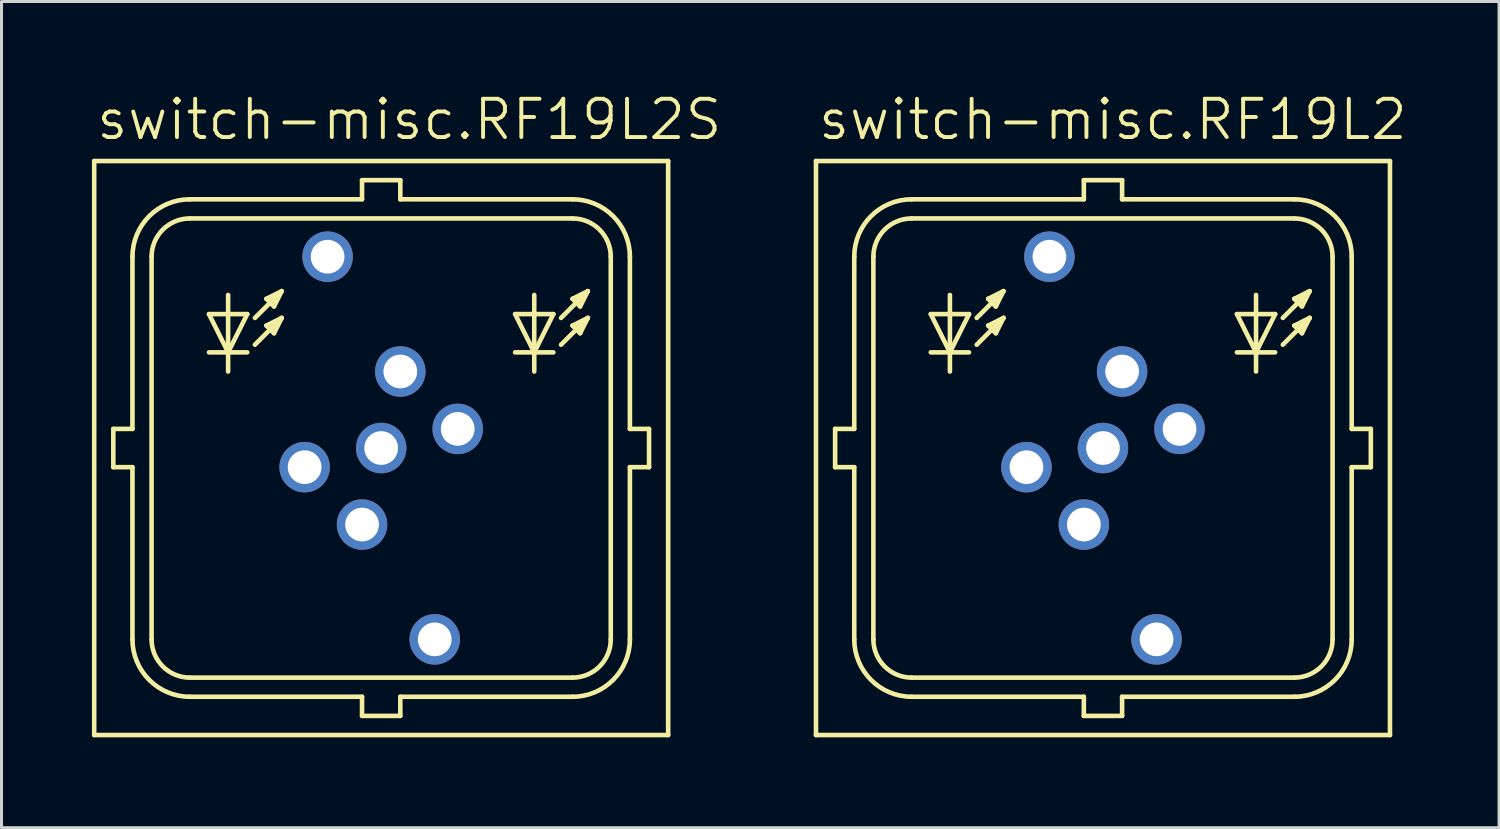
<source format=kicad_pcb>
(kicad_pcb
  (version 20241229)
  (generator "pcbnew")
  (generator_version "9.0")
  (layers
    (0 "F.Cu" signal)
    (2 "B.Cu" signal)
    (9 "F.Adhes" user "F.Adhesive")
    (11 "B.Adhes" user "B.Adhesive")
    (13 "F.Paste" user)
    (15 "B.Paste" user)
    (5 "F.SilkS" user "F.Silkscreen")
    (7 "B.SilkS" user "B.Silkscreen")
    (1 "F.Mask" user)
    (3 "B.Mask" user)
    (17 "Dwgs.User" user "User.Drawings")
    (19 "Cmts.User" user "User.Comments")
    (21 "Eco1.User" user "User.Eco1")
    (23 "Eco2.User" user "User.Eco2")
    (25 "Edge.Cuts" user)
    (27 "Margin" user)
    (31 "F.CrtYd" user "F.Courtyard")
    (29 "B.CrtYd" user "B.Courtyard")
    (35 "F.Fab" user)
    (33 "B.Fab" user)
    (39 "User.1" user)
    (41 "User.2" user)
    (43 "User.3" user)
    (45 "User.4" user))
  (footprint "switch-misc.RF19L2S"
    (layer "F.Cu")
    (at 9.601 11.82)
    (property "Reference" "switch-misc.RF19L2S" (at -9.525 -10.16 0) (layer "F.SilkS") (effects (font (size 1.27 1.27) (thickness 0.13)) (justify left bottom)))
    (attr through_hole)
    (fp_line (start -9.525 -9.525) (end -9.525 9.525) (stroke (width 0.152) (type default)) (layer "F.SilkS"))
    (fp_line (start -9.525 9.525) (end 9.525 9.525) (stroke (width 0.152) (type default)) (layer "F.SilkS"))
    (fp_line (start -8.89 -0.635) (end -8.89 0.635) (stroke (width 0.152) (type default)) (layer "F.SilkS"))
    (fp_line (start -8.89 0.635) (end -8.255 0.635) (stroke (width 0.152) (type default)) (layer "F.SilkS"))
    (fp_line (start -8.255 -6.35) (end -8.255 -0.635) (stroke (width 0.152) (type default)) (layer "F.SilkS"))
    (fp_line (start -8.255 -0.635) (end -8.89 -0.635) (stroke (width 0.152) (type default)) (layer "F.SilkS"))
    (fp_line (start -8.255 0.635) (end -8.255 6.35) (stroke (width 0.152) (type default)) (layer "F.SilkS"))
    (fp_line (start -7.62 -6.35) (end -7.62 6.35) (stroke (width 0.152) (type default)) (layer "F.SilkS"))
    (fp_line (start -6.35 7.62) (end 6.35 7.62) (stroke (width 0.152) (type default)) (layer "F.SilkS"))
    (fp_line (start -5.715 -4.445) (end -5.08 -3.175) (stroke (width 0.152) (type default)) (layer "F.SilkS"))
    (fp_line (start -5.715 -3.175) (end -5.08 -3.175) (stroke (width 0.152) (type default)) (layer "F.SilkS"))
    (fp_line (start -5.08 -5.08) (end -5.08 -3.175) (stroke (width 0.152) (type default)) (layer "F.SilkS"))
    (fp_line (start -5.08 -3.175) (end -5.08 -2.54) (stroke (width 0.152) (type default)) (layer "F.SilkS"))
    (fp_line (start -5.08 -3.175) (end -4.445 -4.445) (stroke (width 0.152) (type default)) (layer "F.SilkS"))
    (fp_line (start -5.08 -3.175) (end -4.445 -3.175) (stroke (width 0.152) (type default)) (layer "F.SilkS"))
    (fp_line (start -4.445 -4.445) (end -5.715 -4.445) (stroke (width 0.152) (type default)) (layer "F.SilkS"))
    (fp_line (start -4.191 -4.318) (end -3.302 -5.207) (stroke (width 0.152) (type default)) (layer "F.SilkS"))
    (fp_line (start -4.191 -3.429) (end -3.302 -4.318) (stroke (width 0.152) (type default)) (layer "F.SilkS"))
    (fp_line (start -3.81 -4.953) (end -3.556 -4.699) (stroke (width 0.152) (type default)) (layer "F.SilkS"))
    (fp_line (start -3.81 -4.064) (end -3.556 -3.81) (stroke (width 0.152) (type default)) (layer "F.SilkS"))
    (fp_line (start -3.556 -4.699) (end -3.302 -5.207) (stroke (width 0.152) (type default)) (layer "F.SilkS"))
    (fp_line (start -3.556 -3.81) (end -3.302 -4.318) (stroke (width 0.152) (type default)) (layer "F.SilkS"))
    (fp_line (start -3.302 -5.207) (end -3.81 -4.953) (stroke (width 0.152) (type default)) (layer "F.SilkS"))
    (fp_line (start -3.302 -4.318) (end -3.81 -4.064) (stroke (width 0.152) (type default)) (layer "F.SilkS"))
    (fp_line (start -0.635 -8.89) (end -0.635 -8.255) (stroke (width 0.152) (type default)) (layer "F.SilkS"))
    (fp_line (start -0.635 -8.255) (end -6.35 -8.255) (stroke (width 0.152) (type default)) (layer "F.SilkS"))
    (fp_line (start -0.635 8.255) (end -6.35 8.255) (stroke (width 0.152) (type default)) (layer "F.SilkS"))
    (fp_line (start -0.635 8.255) (end -0.635 8.89) (stroke (width 0.152) (type default)) (layer "F.SilkS"))
    (fp_line (start -0.635 8.89) (end 0.635 8.89) (stroke (width 0.152) (type default)) (layer "F.SilkS"))
    (fp_line (start 0.635 -8.89) (end -0.635 -8.89) (stroke (width 0.152) (type default)) (layer "F.SilkS"))
    (fp_line (start 0.635 -8.255) (end 0.635 -8.89) (stroke (width 0.152) (type default)) (layer "F.SilkS"))
    (fp_line (start 0.635 8.255) (end 6.35 8.255) (stroke (width 0.152) (type default)) (layer "F.SilkS"))
    (fp_line (start 0.635 8.89) (end 0.635 8.255) (stroke (width 0.152) (type default)) (layer "F.SilkS"))
    (fp_line (start 4.445 -4.445) (end 5.08 -3.175) (stroke (width 0.152) (type default)) (layer "F.SilkS"))
    (fp_line (start 4.445 -3.175) (end 5.08 -3.175) (stroke (width 0.152) (type default)) (layer "F.SilkS"))
    (fp_line (start 5.08 -5.08) (end 5.08 -3.175) (stroke (width 0.152) (type default)) (layer "F.SilkS"))
    (fp_line (start 5.08 -3.175) (end 5.08 -2.54) (stroke (width 0.152) (type default)) (layer "F.SilkS"))
    (fp_line (start 5.08 -3.175) (end 5.715 -4.445) (stroke (width 0.152) (type default)) (layer "F.SilkS"))
    (fp_line (start 5.08 -3.175) (end 5.715 -3.175) (stroke (width 0.152) (type default)) (layer "F.SilkS"))
    (fp_line (start 5.715 -4.445) (end 4.445 -4.445) (stroke (width 0.152) (type default)) (layer "F.SilkS"))
    (fp_line (start 5.969 -4.318) (end 6.858 -5.207) (stroke (width 0.152) (type default)) (layer "F.SilkS"))
    (fp_line (start 5.969 -3.429) (end 6.858 -4.318) (stroke (width 0.152) (type default)) (layer "F.SilkS"))
    (fp_line (start 6.35 -8.255) (end 0.635 -8.255) (stroke (width 0.152) (type default)) (layer "F.SilkS"))
    (fp_line (start 6.35 -7.62) (end -6.35 -7.62) (stroke (width 0.152) (type default)) (layer "F.SilkS"))
    (fp_line (start 6.35 -4.953) (end 6.604 -4.699) (stroke (width 0.152) (type default)) (layer "F.SilkS"))
    (fp_line (start 6.35 -4.064) (end 6.604 -3.81) (stroke (width 0.152) (type default)) (layer "F.SilkS"))
    (fp_line (start 6.604 -4.699) (end 6.858 -5.207) (stroke (width 0.152) (type default)) (layer "F.SilkS"))
    (fp_line (start 6.604 -3.81) (end 6.858 -4.318) (stroke (width 0.152) (type default)) (layer "F.SilkS"))
    (fp_line (start 6.858 -5.207) (end 6.35 -4.953) (stroke (width 0.152) (type default)) (layer "F.SilkS"))
    (fp_line (start 6.858 -4.318) (end 6.35 -4.064) (stroke (width 0.152) (type default)) (layer "F.SilkS"))
    (fp_line (start 7.62 6.35) (end 7.62 -6.35) (stroke (width 0.152) (type default)) (layer "F.SilkS"))
    (fp_line (start 8.255 -0.635) (end 8.255 -6.35) (stroke (width 0.152) (type default)) (layer "F.SilkS"))
    (fp_line (start 8.255 0.635) (end 8.89 0.635) (stroke (width 0.152) (type default)) (layer "F.SilkS"))
    (fp_line (start 8.255 6.35) (end 8.255 0.635) (stroke (width 0.152) (type default)) (layer "F.SilkS"))
    (fp_line (start 8.89 -0.635) (end 8.255 -0.635) (stroke (width 0.152) (type default)) (layer "F.SilkS"))
    (fp_line (start 8.89 0.635) (end 8.89 -0.635) (stroke (width 0.152) (type default)) (layer "F.SilkS"))
    (fp_line (start 9.525 -9.525) (end -9.525 -9.525) (stroke (width 0.152) (type default)) (layer "F.SilkS"))
    (fp_line (start 9.525 9.525) (end 9.525 -9.525) (stroke (width 0.152) (type default)) (layer "F.SilkS"))
    (fp_arc (start -8.255 -6.35) (mid -7.697038 -7.697038) (end -6.35 -8.255) (stroke (width 0.1524) (type default)) (layer "F.SilkS"))
    (fp_arc (start -7.62 -6.35) (mid -7.248026 -7.248026) (end -6.35 -7.62) (stroke (width 0.1524) (type default)) (layer "F.SilkS"))
    (fp_arc (start -6.35 7.62) (mid -7.248026 7.248026) (end -7.62 6.35) (stroke (width 0.1524) (type default)) (layer "F.SilkS"))
    (fp_arc (start -6.35 8.255) (mid -7.697038 7.697038) (end -8.255 6.35) (stroke (width 0.1524) (type default)) (layer "F.SilkS"))
    (fp_arc (start 6.35 -8.255) (mid 7.697038 -7.697038) (end 8.255 -6.35) (stroke (width 0.1524) (type default)) (layer "F.SilkS"))
    (fp_arc (start 6.35 -7.62) (mid 7.248026 -7.248026) (end 7.62 -6.35) (stroke (width 0.1524) (type default)) (layer "F.SilkS"))
    (fp_arc (start 7.62 6.35) (mid 7.248026 7.248026) (end 6.35 7.62) (stroke (width 0.1524) (type default)) (layer "F.SilkS"))
    (fp_arc (start 8.255 6.35) (mid 7.697038 7.697038) (end 6.35 8.255) (stroke (width 0.1524) (type default)) (layer "F.SilkS"))
    (pad "1" thru_hole circle (at 0.635 -2.54) (size 1.676 1.676) (drill 1.118) (layers "*.Cu" "*.Mask"))
    (pad "2" thru_hole circle (at 2.54 -0.635) (size 1.676 1.676) (drill 1.118) (layers "*.Cu" "*.Mask"))
    (pad "3" thru_hole circle (at 1.778 6.35) (size 1.676 1.676) (drill 1.118) (layers "*.Cu" "*.Mask"))
    (pad "4" thru_hole circle (at 0 0) (size 1.676 1.676) (drill 1.118) (layers "*.Cu" "*.Mask"))
    (pad "5" thru_hole circle (at -0.635 2.54) (size 1.676 1.676) (drill 1.118) (layers "*.Cu" "*.Mask"))
    (pad "6" thru_hole circle (at -2.54 0.635) (size 1.676 1.676) (drill 1.118) (layers "*.Cu" "*.Mask"))
    (pad "7" thru_hole circle (at -1.778 -6.35) (size 1.676 1.676) (drill 1.118) (layers "*.Cu" "*.Mask")))
  (footprint "switch-misc.RF19L2"
    (layer "F.Cu")
    (at 33.557 11.82)
    (property "Reference" "switch-misc.RF19L2" (at -9.525 -10.16 0) (layer "F.SilkS") (effects (font (size 1.27 1.27) (thickness 0.13)) (justify left bottom)))
    (attr through_hole)
    (fp_line (start -9.525 -9.525) (end -9.525 9.525) (stroke (width 0.152) (type default)) (layer "F.SilkS"))
    (fp_line (start -9.525 9.525) (end 9.525 9.525) (stroke (width 0.152) (type default)) (layer "F.SilkS"))
    (fp_line (start -8.89 -0.635) (end -8.89 0.635) (stroke (width 0.152) (type default)) (layer "F.SilkS"))
    (fp_line (start -8.89 0.635) (end -8.255 0.635) (stroke (width 0.152) (type default)) (layer "F.SilkS"))
    (fp_line (start -8.255 -6.35) (end -8.255 -0.635) (stroke (width 0.152) (type default)) (layer "F.SilkS"))
    (fp_line (start -8.255 -0.635) (end -8.89 -0.635) (stroke (width 0.152) (type default)) (layer "F.SilkS"))
    (fp_line (start -8.255 0.635) (end -8.255 6.35) (stroke (width 0.152) (type default)) (layer "F.SilkS"))
    (fp_line (start -7.62 -6.35) (end -7.62 6.35) (stroke (width 0.152) (type default)) (layer "F.SilkS"))
    (fp_line (start -6.35 7.62) (end 6.35 7.62) (stroke (width 0.152) (type default)) (layer "F.SilkS"))
    (fp_line (start -5.715 -4.445) (end -5.08 -3.175) (stroke (width 0.152) (type default)) (layer "F.SilkS"))
    (fp_line (start -5.715 -3.175) (end -5.08 -3.175) (stroke (width 0.152) (type default)) (layer "F.SilkS"))
    (fp_line (start -5.08 -5.08) (end -5.08 -3.175) (stroke (width 0.152) (type default)) (layer "F.SilkS"))
    (fp_line (start -5.08 -3.175) (end -5.08 -2.54) (stroke (width 0.152) (type default)) (layer "F.SilkS"))
    (fp_line (start -5.08 -3.175) (end -4.445 -4.445) (stroke (width 0.152) (type default)) (layer "F.SilkS"))
    (fp_line (start -5.08 -3.175) (end -4.445 -3.175) (stroke (width 0.152) (type default)) (layer "F.SilkS"))
    (fp_line (start -4.445 -4.445) (end -5.715 -4.445) (stroke (width 0.152) (type default)) (layer "F.SilkS"))
    (fp_line (start -4.191 -4.318) (end -3.302 -5.207) (stroke (width 0.152) (type default)) (layer "F.SilkS"))
    (fp_line (start -4.191 -3.429) (end -3.302 -4.318) (stroke (width 0.152) (type default)) (layer "F.SilkS"))
    (fp_line (start -3.81 -4.953) (end -3.556 -4.699) (stroke (width 0.152) (type default)) (layer "F.SilkS"))
    (fp_line (start -3.81 -4.064) (end -3.556 -3.81) (stroke (width 0.152) (type default)) (layer "F.SilkS"))
    (fp_line (start -3.556 -4.699) (end -3.302 -5.207) (stroke (width 0.152) (type default)) (layer "F.SilkS"))
    (fp_line (start -3.556 -3.81) (end -3.302 -4.318) (stroke (width 0.152) (type default)) (layer "F.SilkS"))
    (fp_line (start -3.302 -5.207) (end -3.81 -4.953) (stroke (width 0.152) (type default)) (layer "F.SilkS"))
    (fp_line (start -3.302 -4.318) (end -3.81 -4.064) (stroke (width 0.152) (type default)) (layer "F.SilkS"))
    (fp_line (start -0.635 -8.89) (end -0.635 -8.255) (stroke (width 0.152) (type default)) (layer "F.SilkS"))
    (fp_line (start -0.635 -8.255) (end -6.35 -8.255) (stroke (width 0.152) (type default)) (layer "F.SilkS"))
    (fp_line (start -0.635 8.255) (end -6.35 8.255) (stroke (width 0.152) (type default)) (layer "F.SilkS"))
    (fp_line (start -0.635 8.255) (end -0.635 8.89) (stroke (width 0.152) (type default)) (layer "F.SilkS"))
    (fp_line (start -0.635 8.89) (end 0.635 8.89) (stroke (width 0.152) (type default)) (layer "F.SilkS"))
    (fp_line (start 0.635 -8.89) (end -0.635 -8.89) (stroke (width 0.152) (type default)) (layer "F.SilkS"))
    (fp_line (start 0.635 -8.255) (end 0.635 -8.89) (stroke (width 0.152) (type default)) (layer "F.SilkS"))
    (fp_line (start 0.635 8.255) (end 6.35 8.255) (stroke (width 0.152) (type default)) (layer "F.SilkS"))
    (fp_line (start 0.635 8.89) (end 0.635 8.255) (stroke (width 0.152) (type default)) (layer "F.SilkS"))
    (fp_line (start 4.445 -4.445) (end 5.08 -3.175) (stroke (width 0.152) (type default)) (layer "F.SilkS"))
    (fp_line (start 4.445 -3.175) (end 5.08 -3.175) (stroke (width 0.152) (type default)) (layer "F.SilkS"))
    (fp_line (start 5.08 -5.08) (end 5.08 -3.175) (stroke (width 0.152) (type default)) (layer "F.SilkS"))
    (fp_line (start 5.08 -3.175) (end 5.08 -2.54) (stroke (width 0.152) (type default)) (layer "F.SilkS"))
    (fp_line (start 5.08 -3.175) (end 5.715 -4.445) (stroke (width 0.152) (type default)) (layer "F.SilkS"))
    (fp_line (start 5.08 -3.175) (end 5.715 -3.175) (stroke (width 0.152) (type default)) (layer "F.SilkS"))
    (fp_line (start 5.715 -4.445) (end 4.445 -4.445) (stroke (width 0.152) (type default)) (layer "F.SilkS"))
    (fp_line (start 5.969 -4.318) (end 6.858 -5.207) (stroke (width 0.152) (type default)) (layer "F.SilkS"))
    (fp_line (start 5.969 -3.429) (end 6.858 -4.318) (stroke (width 0.152) (type default)) (layer "F.SilkS"))
    (fp_line (start 6.35 -8.255) (end 0.635 -8.255) (stroke (width 0.152) (type default)) (layer "F.SilkS"))
    (fp_line (start 6.35 -7.62) (end -6.35 -7.62) (stroke (width 0.152) (type default)) (layer "F.SilkS"))
    (fp_line (start 6.35 -4.953) (end 6.604 -4.699) (stroke (width 0.152) (type default)) (layer "F.SilkS"))
    (fp_line (start 6.35 -4.064) (end 6.604 -3.81) (stroke (width 0.152) (type default)) (layer "F.SilkS"))
    (fp_line (start 6.604 -4.699) (end 6.858 -5.207) (stroke (width 0.152) (type default)) (layer "F.SilkS"))
    (fp_line (start 6.604 -3.81) (end 6.858 -4.318) (stroke (width 0.152) (type default)) (layer "F.SilkS"))
    (fp_line (start 6.858 -5.207) (end 6.35 -4.953) (stroke (width 0.152) (type default)) (layer "F.SilkS"))
    (fp_line (start 6.858 -4.318) (end 6.35 -4.064) (stroke (width 0.152) (type default)) (layer "F.SilkS"))
    (fp_line (start 7.62 6.35) (end 7.62 -6.35) (stroke (width 0.152) (type default)) (layer "F.SilkS"))
    (fp_line (start 8.255 -0.635) (end 8.255 -6.35) (stroke (width 0.152) (type default)) (layer "F.SilkS"))
    (fp_line (start 8.255 0.635) (end 8.89 0.635) (stroke (width 0.152) (type default)) (layer "F.SilkS"))
    (fp_line (start 8.255 6.35) (end 8.255 0.635) (stroke (width 0.152) (type default)) (layer "F.SilkS"))
    (fp_line (start 8.89 -0.635) (end 8.255 -0.635) (stroke (width 0.152) (type default)) (layer "F.SilkS"))
    (fp_line (start 8.89 0.635) (end 8.89 -0.635) (stroke (width 0.152) (type default)) (layer "F.SilkS"))
    (fp_line (start 9.525 -9.525) (end -9.525 -9.525) (stroke (width 0.152) (type default)) (layer "F.SilkS"))
    (fp_line (start 9.525 9.525) (end 9.525 -9.525) (stroke (width 0.152) (type default)) (layer "F.SilkS"))
    (fp_arc (start -8.255 -6.35) (mid -7.697038 -7.697038) (end -6.35 -8.255) (stroke (width 0.1524) (type default)) (layer "F.SilkS"))
    (fp_arc (start -7.62 -6.35) (mid -7.248026 -7.248026) (end -6.35 -7.62) (stroke (width 0.1524) (type default)) (layer "F.SilkS"))
    (fp_arc (start -6.35 7.62) (mid -7.248026 7.248026) (end -7.62 6.35) (stroke (width 0.1524) (type default)) (layer "F.SilkS"))
    (fp_arc (start -6.35 8.255) (mid -7.697038 7.697038) (end -8.255 6.35) (stroke (width 0.1524) (type default)) (layer "F.SilkS"))
    (fp_arc (start 6.35 -8.255) (mid 7.697038 -7.697038) (end 8.255 -6.35) (stroke (width 0.1524) (type default)) (layer "F.SilkS"))
    (fp_arc (start 6.35 -7.62) (mid 7.248026 -7.248026) (end 7.62 -6.35) (stroke (width 0.1524) (type default)) (layer "F.SilkS"))
    (fp_arc (start 7.62 6.35) (mid 7.248026 7.248026) (end 6.35 7.62) (stroke (width 0.1524) (type default)) (layer "F.SilkS"))
    (fp_arc (start 8.255 6.35) (mid 7.697038 7.697038) (end 6.35 8.255) (stroke (width 0.1524) (type default)) (layer "F.SilkS"))
    (pad "1" thru_hole circle (at 0 0) (size 1.676 1.676) (drill 1.118) (layers "*.Cu" "*.Mask"))
    (pad "2" thru_hole circle (at -1.778 -6.35) (size 1.676 1.676) (drill 1.118) (layers "*.Cu" "*.Mask"))
    (pad "3" thru_hole circle (at 1.778 6.35) (size 1.676 1.676) (drill 1.118) (layers "*.Cu" "*.Mask"))
    (pad "D1+" thru_hole circle (at 0.635 -2.54) (size 1.676 1.676) (drill 1.118) (layers "*.Cu" "*.Mask"))
    (pad "D1-" thru_hole circle (at 2.54 -0.635) (size 1.676 1.676) (drill 1.118) (layers "*.Cu" "*.Mask"))
    (pad "D2+" thru_hole circle (at -0.635 2.54) (size 1.676 1.676) (drill 1.118) (layers "*.Cu" "*.Mask"))
    (pad "D2-" thru_hole circle (at -2.54 0.635) (size 1.676 1.676) (drill 1.118) (layers "*.Cu" "*.Mask")))
  (gr_rect
    (start -3 -3)
    (end 46.702 24.421)
    (stroke (width 0.1) (type default))
    (fill no)
    (layer "Edge.Cuts")))
</source>
